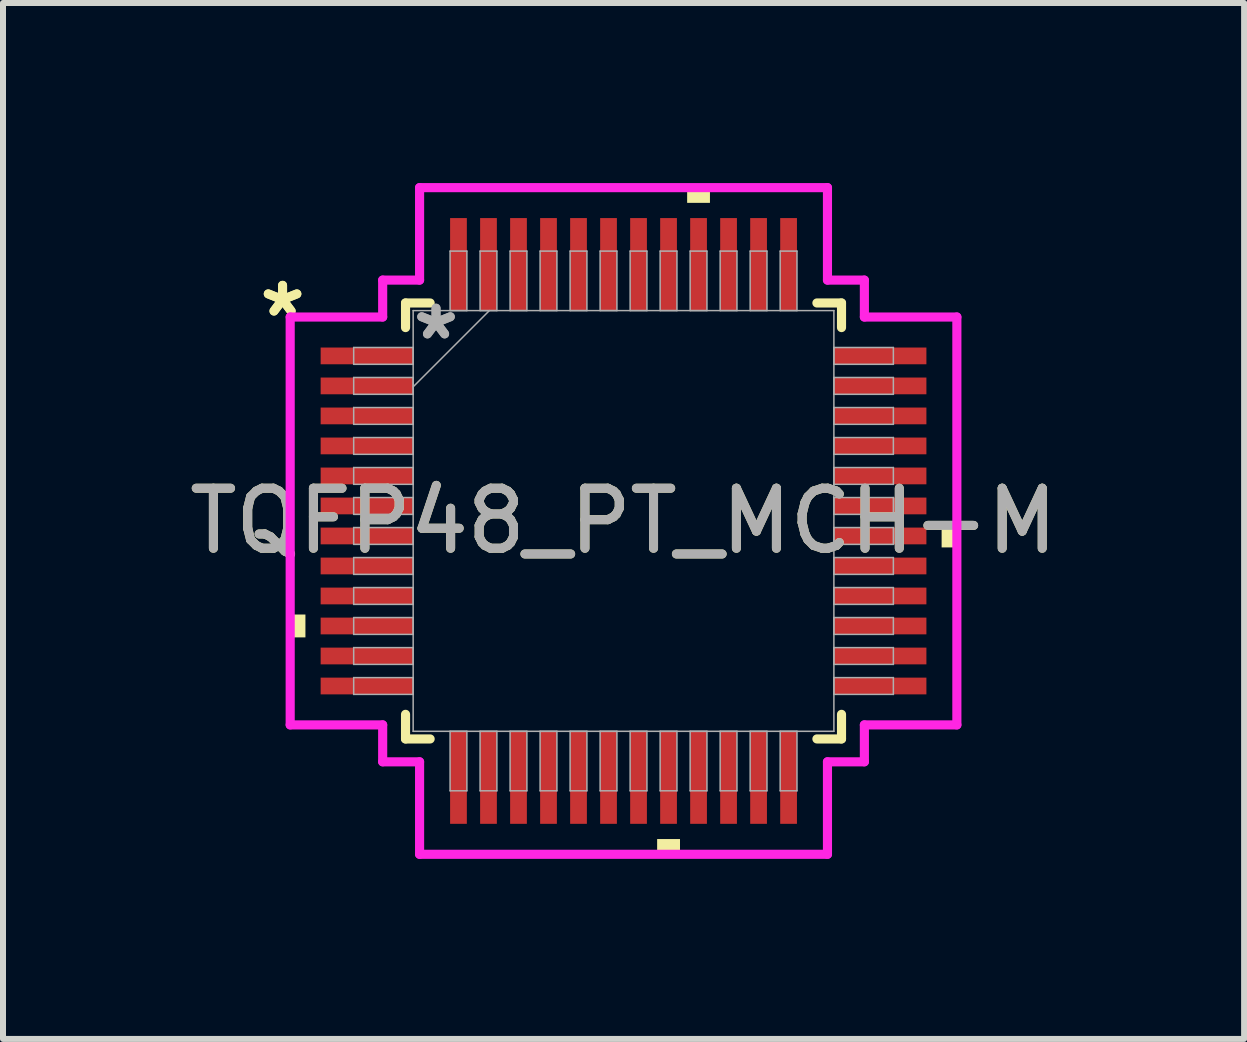
<source format=kicad_pcb>
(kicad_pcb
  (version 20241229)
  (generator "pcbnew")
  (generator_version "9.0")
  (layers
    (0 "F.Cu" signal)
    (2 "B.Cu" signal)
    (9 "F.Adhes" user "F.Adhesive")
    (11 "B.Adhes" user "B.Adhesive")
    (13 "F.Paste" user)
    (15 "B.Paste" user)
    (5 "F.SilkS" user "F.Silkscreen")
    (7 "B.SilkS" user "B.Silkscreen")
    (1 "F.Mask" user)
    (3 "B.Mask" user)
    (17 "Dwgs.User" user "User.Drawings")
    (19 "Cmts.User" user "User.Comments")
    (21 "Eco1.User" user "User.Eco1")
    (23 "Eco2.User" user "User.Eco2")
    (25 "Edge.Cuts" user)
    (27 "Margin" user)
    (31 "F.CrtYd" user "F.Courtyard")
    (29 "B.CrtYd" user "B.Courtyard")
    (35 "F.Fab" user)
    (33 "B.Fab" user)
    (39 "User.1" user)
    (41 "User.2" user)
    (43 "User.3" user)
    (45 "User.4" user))
  (footprint "TQFP48_PT_MCH-M"
    (layer "F.Cu")
    (at 7.339 5.63)
    (property "Reference" "TQFP48_PT_MCH-M" (at 0 0 0) (unlocked yes) (layer "F.SilkS") (effects (font (size 1 1) (thickness 0.15))))
    (attr smd)
    (fp_line (start -3.632 -3.632) (end -3.632 -3.222) (stroke (width 0.152) (type solid)) (layer "F.SilkS"))
    (fp_line (start -3.632 3.222) (end -3.632 3.632) (stroke (width 0.152) (type solid)) (layer "F.SilkS"))
    (fp_line (start -3.632 3.632) (end -3.222 3.632) (stroke (width 0.152) (type solid)) (layer "F.SilkS"))
    (fp_line (start -3.222 -3.632) (end -3.632 -3.632) (stroke (width 0.152) (type solid)) (layer "F.SilkS"))
    (fp_line (start 3.222 3.632) (end 3.632 3.632) (stroke (width 0.152) (type solid)) (layer "F.SilkS"))
    (fp_line (start 3.632 -3.632) (end 3.222 -3.632) (stroke (width 0.152) (type solid)) (layer "F.SilkS"))
    (fp_line (start 3.632 -3.222) (end 3.632 -3.632) (stroke (width 0.152) (type solid)) (layer "F.SilkS"))
    (fp_line (start 3.632 3.632) (end 3.632 3.222) (stroke (width 0.152) (type solid)) (layer "F.SilkS"))
    (fp_poly (pts (xy -5.554 1.559) (xy -5.554 1.94) (xy -5.3 1.94) (xy -5.3 1.559)) (stroke (width 0) (type solid)) (fill yes) (layer "F.SilkS"))
    (fp_poly (pts (xy 0.56 5.3) (xy 0.56 5.554) (xy 0.941 5.554) (xy 0.941 5.3)) (stroke (width 0) (type solid)) (fill yes) (layer "F.SilkS"))
    (fp_poly (pts (xy 1.06 -5.3) (xy 1.06 -5.554) (xy 1.44 -5.554) (xy 1.44 -5.3)) (stroke (width 0) (type solid)) (fill yes) (layer "F.SilkS"))
    (fp_poly (pts (xy 5.554 0.059) (xy 5.554 0.441) (xy 5.3 0.441) (xy 5.3 0.059)) (stroke (width 0) (type solid)) (fill yes) (layer "F.SilkS"))
    (fp_line (start -5.554 -3.398) (end -4.013 -3.398) (stroke (width 0.152) (type solid)) (layer "F.CrtYd"))
    (fp_line (start -5.554 3.398) (end -5.554 -3.398) (stroke (width 0.152) (type solid)) (layer "F.CrtYd"))
    (fp_line (start -4.013 -4.013) (end -3.398 -4.013) (stroke (width 0.152) (type solid)) (layer "F.CrtYd"))
    (fp_line (start -4.013 -3.398) (end -4.013 -4.013) (stroke (width 0.152) (type solid)) (layer "F.CrtYd"))
    (fp_line (start -4.013 3.398) (end -5.554 3.398) (stroke (width 0.152) (type solid)) (layer "F.CrtYd"))
    (fp_line (start -4.013 4.013) (end -4.013 3.398) (stroke (width 0.152) (type solid)) (layer "F.CrtYd"))
    (fp_line (start -4.013 4.013) (end -3.398 4.013) (stroke (width 0.152) (type solid)) (layer "F.CrtYd"))
    (fp_line (start -3.398 -5.554) (end 3.398 -5.554) (stroke (width 0.152) (type solid)) (layer "F.CrtYd"))
    (fp_line (start -3.398 -4.013) (end -3.398 -5.554) (stroke (width 0.152) (type solid)) (layer "F.CrtYd"))
    (fp_line (start -3.398 4.013) (end -3.398 5.554) (stroke (width 0.152) (type solid)) (layer "F.CrtYd"))
    (fp_line (start -3.398 5.554) (end 3.398 5.554) (stroke (width 0.152) (type solid)) (layer "F.CrtYd"))
    (fp_line (start 3.398 -5.554) (end 3.398 -4.013) (stroke (width 0.152) (type solid)) (layer "F.CrtYd"))
    (fp_line (start 3.398 -4.013) (end 4.013 -4.013) (stroke (width 0.152) (type solid)) (layer "F.CrtYd"))
    (fp_line (start 3.398 4.013) (end 4.013 4.013) (stroke (width 0.152) (type solid)) (layer "F.CrtYd"))
    (fp_line (start 3.398 5.554) (end 3.398 4.013) (stroke (width 0.152) (type solid)) (layer "F.CrtYd"))
    (fp_line (start 4.013 -3.398) (end 4.013 -4.013) (stroke (width 0.152) (type solid)) (layer "F.CrtYd"))
    (fp_line (start 4.013 3.398) (end 5.554 3.398) (stroke (width 0.152) (type solid)) (layer "F.CrtYd"))
    (fp_line (start 4.013 4.013) (end 4.013 3.398) (stroke (width 0.152) (type solid)) (layer "F.CrtYd"))
    (fp_line (start 5.554 -3.398) (end 4.013 -3.398) (stroke (width 0.152) (type solid)) (layer "F.CrtYd"))
    (fp_line (start 5.554 3.398) (end 5.554 -3.398) (stroke (width 0.152) (type solid)) (layer "F.CrtYd"))
    (fp_line (start -4.496 -2.89) (end -4.496 -2.61) (stroke (width 0.025) (type solid)) (layer "F.Fab"))
    (fp_line (start -4.496 -2.61) (end -3.505 -2.61) (stroke (width 0.025) (type solid)) (layer "F.Fab"))
    (fp_line (start -4.496 -2.39) (end -4.496 -2.11) (stroke (width 0.025) (type solid)) (layer "F.Fab"))
    (fp_line (start -4.496 -2.11) (end -3.505 -2.11) (stroke (width 0.025) (type solid)) (layer "F.Fab"))
    (fp_line (start -4.496 -1.89) (end -4.496 -1.61) (stroke (width 0.025) (type solid)) (layer "F.Fab"))
    (fp_line (start -4.496 -1.61) (end -3.505 -1.61) (stroke (width 0.025) (type solid)) (layer "F.Fab"))
    (fp_line (start -4.496 -1.39) (end -4.496 -1.11) (stroke (width 0.025) (type solid)) (layer "F.Fab"))
    (fp_line (start -4.496 -1.11) (end -3.505 -1.11) (stroke (width 0.025) (type solid)) (layer "F.Fab"))
    (fp_line (start -4.496 -0.89) (end -4.496 -0.61) (stroke (width 0.025) (type solid)) (layer "F.Fab"))
    (fp_line (start -4.496 -0.61) (end -3.505 -0.61) (stroke (width 0.025) (type solid)) (layer "F.Fab"))
    (fp_line (start -4.496 -0.39) (end -4.496 -0.11) (stroke (width 0.025) (type solid)) (layer "F.Fab"))
    (fp_line (start -4.496 -0.11) (end -3.505 -0.11) (stroke (width 0.025) (type solid)) (layer "F.Fab"))
    (fp_line (start -4.496 0.11) (end -4.496 0.39) (stroke (width 0.025) (type solid)) (layer "F.Fab"))
    (fp_line (start -4.496 0.39) (end -3.505 0.39) (stroke (width 0.025) (type solid)) (layer "F.Fab"))
    (fp_line (start -4.496 0.61) (end -4.496 0.89) (stroke (width 0.025) (type solid)) (layer "F.Fab"))
    (fp_line (start -4.496 0.89) (end -3.505 0.89) (stroke (width 0.025) (type solid)) (layer "F.Fab"))
    (fp_line (start -4.496 1.11) (end -4.496 1.39) (stroke (width 0.025) (type solid)) (layer "F.Fab"))
    (fp_line (start -4.496 1.39) (end -3.505 1.39) (stroke (width 0.025) (type solid)) (layer "F.Fab"))
    (fp_line (start -4.496 1.61) (end -4.496 1.89) (stroke (width 0.025) (type solid)) (layer "F.Fab"))
    (fp_line (start -4.496 1.89) (end -3.505 1.89) (stroke (width 0.025) (type solid)) (layer "F.Fab"))
    (fp_line (start -4.496 2.11) (end -4.496 2.39) (stroke (width 0.025) (type solid)) (layer "F.Fab"))
    (fp_line (start -4.496 2.39) (end -3.505 2.39) (stroke (width 0.025) (type solid)) (layer "F.Fab"))
    (fp_line (start -4.496 2.61) (end -4.496 2.89) (stroke (width 0.025) (type solid)) (layer "F.Fab"))
    (fp_line (start -4.496 2.89) (end -3.505 2.89) (stroke (width 0.025) (type solid)) (layer "F.Fab"))
    (fp_line (start -3.505 -3.505) (end -3.505 3.505) (stroke (width 0.025) (type solid)) (layer "F.Fab"))
    (fp_line (start -3.505 -2.89) (end -4.496 -2.89) (stroke (width 0.025) (type solid)) (layer "F.Fab"))
    (fp_line (start -3.505 -2.61) (end -3.505 -2.89) (stroke (width 0.025) (type solid)) (layer "F.Fab"))
    (fp_line (start -3.505 -2.39) (end -4.496 -2.39) (stroke (width 0.025) (type solid)) (layer "F.Fab"))
    (fp_line (start -3.505 -2.235) (end -2.235 -3.505) (stroke (width 0.025) (type solid)) (layer "F.Fab"))
    (fp_line (start -3.505 -2.11) (end -3.505 -2.39) (stroke (width 0.025) (type solid)) (layer "F.Fab"))
    (fp_line (start -3.505 -1.89) (end -4.496 -1.89) (stroke (width 0.025) (type solid)) (layer "F.Fab"))
    (fp_line (start -3.505 -1.61) (end -3.505 -1.89) (stroke (width 0.025) (type solid)) (layer "F.Fab"))
    (fp_line (start -3.505 -1.39) (end -4.496 -1.39) (stroke (width 0.025) (type solid)) (layer "F.Fab"))
    (fp_line (start -3.505 -1.11) (end -3.505 -1.39) (stroke (width 0.025) (type solid)) (layer "F.Fab"))
    (fp_line (start -3.505 -0.89) (end -4.496 -0.89) (stroke (width 0.025) (type solid)) (layer "F.Fab"))
    (fp_line (start -3.505 -0.61) (end -3.505 -0.89) (stroke (width 0.025) (type solid)) (layer "F.Fab"))
    (fp_line (start -3.505 -0.39) (end -4.496 -0.39) (stroke (width 0.025) (type solid)) (layer "F.Fab"))
    (fp_line (start -3.505 -0.11) (end -3.505 -0.39) (stroke (width 0.025) (type solid)) (layer "F.Fab"))
    (fp_line (start -3.505 0.11) (end -4.496 0.11) (stroke (width 0.025) (type solid)) (layer "F.Fab"))
    (fp_line (start -3.505 0.39) (end -3.505 0.11) (stroke (width 0.025) (type solid)) (layer "F.Fab"))
    (fp_line (start -3.505 0.61) (end -4.496 0.61) (stroke (width 0.025) (type solid)) (layer "F.Fab"))
    (fp_line (start -3.505 0.89) (end -3.505 0.61) (stroke (width 0.025) (type solid)) (layer "F.Fab"))
    (fp_line (start -3.505 1.11) (end -4.496 1.11) (stroke (width 0.025) (type solid)) (layer "F.Fab"))
    (fp_line (start -3.505 1.39) (end -3.505 1.11) (stroke (width 0.025) (type solid)) (layer "F.Fab"))
    (fp_line (start -3.505 1.61) (end -4.496 1.61) (stroke (width 0.025) (type solid)) (layer "F.Fab"))
    (fp_line (start -3.505 1.89) (end -3.505 1.61) (stroke (width 0.025) (type solid)) (layer "F.Fab"))
    (fp_line (start -3.505 2.11) (end -4.496 2.11) (stroke (width 0.025) (type solid)) (layer "F.Fab"))
    (fp_line (start -3.505 2.39) (end -3.505 2.11) (stroke (width 0.025) (type solid)) (layer "F.Fab"))
    (fp_line (start -3.505 2.61) (end -4.496 2.61) (stroke (width 0.025) (type solid)) (layer "F.Fab"))
    (fp_line (start -3.505 2.89) (end -3.505 2.61) (stroke (width 0.025) (type solid)) (layer "F.Fab"))
    (fp_line (start -3.505 3.505) (end 3.505 3.505) (stroke (width 0.025) (type solid)) (layer "F.Fab"))
    (fp_line (start -2.89 -4.496) (end -2.89 -3.505) (stroke (width 0.025) (type solid)) (layer "F.Fab"))
    (fp_line (start -2.89 -3.505) (end -2.61 -3.505) (stroke (width 0.025) (type solid)) (layer "F.Fab"))
    (fp_line (start -2.89 3.505) (end -2.89 4.496) (stroke (width 0.025) (type solid)) (layer "F.Fab"))
    (fp_line (start -2.89 4.496) (end -2.61 4.496) (stroke (width 0.025) (type solid)) (layer "F.Fab"))
    (fp_line (start -2.61 -4.496) (end -2.89 -4.496) (stroke (width 0.025) (type solid)) (layer "F.Fab"))
    (fp_line (start -2.61 -3.505) (end -2.61 -4.496) (stroke (width 0.025) (type solid)) (layer "F.Fab"))
    (fp_line (start -2.61 3.505) (end -2.89 3.505) (stroke (width 0.025) (type solid)) (layer "F.Fab"))
    (fp_line (start -2.61 4.496) (end -2.61 3.505) (stroke (width 0.025) (type solid)) (layer "F.Fab"))
    (fp_line (start -2.39 -4.496) (end -2.39 -3.505) (stroke (width 0.025) (type solid)) (layer "F.Fab"))
    (fp_line (start -2.39 -3.505) (end -2.11 -3.505) (stroke (width 0.025) (type solid)) (layer "F.Fab"))
    (fp_line (start -2.39 3.505) (end -2.39 4.496) (stroke (width 0.025) (type solid)) (layer "F.Fab"))
    (fp_line (start -2.39 4.496) (end -2.11 4.496) (stroke (width 0.025) (type solid)) (layer "F.Fab"))
    (fp_line (start -2.11 -4.496) (end -2.39 -4.496) (stroke (width 0.025) (type solid)) (layer "F.Fab"))
    (fp_line (start -2.11 -3.505) (end -2.11 -4.496) (stroke (width 0.025) (type solid)) (layer "F.Fab"))
    (fp_line (start -2.11 3.505) (end -2.39 3.505) (stroke (width 0.025) (type solid)) (layer "F.Fab"))
    (fp_line (start -2.11 4.496) (end -2.11 3.505) (stroke (width 0.025) (type solid)) (layer "F.Fab"))
    (fp_line (start -1.89 -4.496) (end -1.89 -3.505) (stroke (width 0.025) (type solid)) (layer "F.Fab"))
    (fp_line (start -1.89 -3.505) (end -1.61 -3.505) (stroke (width 0.025) (type solid)) (layer "F.Fab"))
    (fp_line (start -1.89 3.505) (end -1.89 4.496) (stroke (width 0.025) (type solid)) (layer "F.Fab"))
    (fp_line (start -1.89 4.496) (end -1.61 4.496) (stroke (width 0.025) (type solid)) (layer "F.Fab"))
    (fp_line (start -1.61 -4.496) (end -1.89 -4.496) (stroke (width 0.025) (type solid)) (layer "F.Fab"))
    (fp_line (start -1.61 -3.505) (end -1.61 -4.496) (stroke (width 0.025) (type solid)) (layer "F.Fab"))
    (fp_line (start -1.61 3.505) (end -1.89 3.505) (stroke (width 0.025) (type solid)) (layer "F.Fab"))
    (fp_line (start -1.61 4.496) (end -1.61 3.505) (stroke (width 0.025) (type solid)) (layer "F.Fab"))
    (fp_line (start -1.39 -4.496) (end -1.39 -3.505) (stroke (width 0.025) (type solid)) (layer "F.Fab"))
    (fp_line (start -1.39 -3.505) (end -1.11 -3.505) (stroke (width 0.025) (type solid)) (layer "F.Fab"))
    (fp_line (start -1.39 3.505) (end -1.39 4.496) (stroke (width 0.025) (type solid)) (layer "F.Fab"))
    (fp_line (start -1.39 4.496) (end -1.11 4.496) (stroke (width 0.025) (type solid)) (layer "F.Fab"))
    (fp_line (start -1.11 -4.496) (end -1.39 -4.496) (stroke (width 0.025) (type solid)) (layer "F.Fab"))
    (fp_line (start -1.11 -3.505) (end -1.11 -4.496) (stroke (width 0.025) (type solid)) (layer "F.Fab"))
    (fp_line (start -1.11 3.505) (end -1.39 3.505) (stroke (width 0.025) (type solid)) (layer "F.Fab"))
    (fp_line (start -1.11 4.496) (end -1.11 3.505) (stroke (width 0.025) (type solid)) (layer "F.Fab"))
    (fp_line (start -0.89 -4.496) (end -0.89 -3.505) (stroke (width 0.025) (type solid)) (layer "F.Fab"))
    (fp_line (start -0.89 -3.505) (end -0.61 -3.505) (stroke (width 0.025) (type solid)) (layer "F.Fab"))
    (fp_line (start -0.89 3.505) (end -0.89 4.496) (stroke (width 0.025) (type solid)) (layer "F.Fab"))
    (fp_line (start -0.89 4.496) (end -0.61 4.496) (stroke (width 0.025) (type solid)) (layer "F.Fab"))
    (fp_line (start -0.61 -4.496) (end -0.89 -4.496) (stroke (width 0.025) (type solid)) (layer "F.Fab"))
    (fp_line (start -0.61 -3.505) (end -0.61 -4.496) (stroke (width 0.025) (type solid)) (layer "F.Fab"))
    (fp_line (start -0.61 3.505) (end -0.89 3.505) (stroke (width 0.025) (type solid)) (layer "F.Fab"))
    (fp_line (start -0.61 4.496) (end -0.61 3.505) (stroke (width 0.025) (type solid)) (layer "F.Fab"))
    (fp_line (start -0.39 -4.496) (end -0.39 -3.505) (stroke (width 0.025) (type solid)) (layer "F.Fab"))
    (fp_line (start -0.39 -3.505) (end -0.11 -3.505) (stroke (width 0.025) (type solid)) (layer "F.Fab"))
    (fp_line (start -0.39 3.505) (end -0.39 4.496) (stroke (width 0.025) (type solid)) (layer "F.Fab"))
    (fp_line (start -0.39 4.496) (end -0.11 4.496) (stroke (width 0.025) (type solid)) (layer "F.Fab"))
    (fp_line (start -0.11 -4.496) (end -0.39 -4.496) (stroke (width 0.025) (type solid)) (layer "F.Fab"))
    (fp_line (start -0.11 -3.505) (end -0.11 -4.496) (stroke (width 0.025) (type solid)) (layer "F.Fab"))
    (fp_line (start -0.11 3.505) (end -0.39 3.505) (stroke (width 0.025) (type solid)) (layer "F.Fab"))
    (fp_line (start -0.11 4.496) (end -0.11 3.505) (stroke (width 0.025) (type solid)) (layer "F.Fab"))
    (fp_line (start 0.11 -4.496) (end 0.11 -3.505) (stroke (width 0.025) (type solid)) (layer "F.Fab"))
    (fp_line (start 0.11 -3.505) (end 0.39 -3.505) (stroke (width 0.025) (type solid)) (layer "F.Fab"))
    (fp_line (start 0.11 3.505) (end 0.11 4.496) (stroke (width 0.025) (type solid)) (layer "F.Fab"))
    (fp_line (start 0.11 4.496) (end 0.39 4.496) (stroke (width 0.025) (type solid)) (layer "F.Fab"))
    (fp_line (start 0.39 -4.496) (end 0.11 -4.496) (stroke (width 0.025) (type solid)) (layer "F.Fab"))
    (fp_line (start 0.39 -3.505) (end 0.39 -4.496) (stroke (width 0.025) (type solid)) (layer "F.Fab"))
    (fp_line (start 0.39 3.505) (end 0.11 3.505) (stroke (width 0.025) (type solid)) (layer "F.Fab"))
    (fp_line (start 0.39 4.496) (end 0.39 3.505) (stroke (width 0.025) (type solid)) (layer "F.Fab"))
    (fp_line (start 0.61 -4.496) (end 0.61 -3.505) (stroke (width 0.025) (type solid)) (layer "F.Fab"))
    (fp_line (start 0.61 -3.505) (end 0.89 -3.505) (stroke (width 0.025) (type solid)) (layer "F.Fab"))
    (fp_line (start 0.61 3.505) (end 0.61 4.496) (stroke (width 0.025) (type solid)) (layer "F.Fab"))
    (fp_line (start 0.61 4.496) (end 0.89 4.496) (stroke (width 0.025) (type solid)) (layer "F.Fab"))
    (fp_line (start 0.89 -4.496) (end 0.61 -4.496) (stroke (width 0.025) (type solid)) (layer "F.Fab"))
    (fp_line (start 0.89 -3.505) (end 0.89 -4.496) (stroke (width 0.025) (type solid)) (layer "F.Fab"))
    (fp_line (start 0.89 3.505) (end 0.61 3.505) (stroke (width 0.025) (type solid)) (layer "F.Fab"))
    (fp_line (start 0.89 4.496) (end 0.89 3.505) (stroke (width 0.025) (type solid)) (layer "F.Fab"))
    (fp_line (start 1.11 -4.496) (end 1.11 -3.505) (stroke (width 0.025) (type solid)) (layer "F.Fab"))
    (fp_line (start 1.11 -3.505) (end 1.39 -3.505) (stroke (width 0.025) (type solid)) (layer "F.Fab"))
    (fp_line (start 1.11 3.505) (end 1.11 4.496) (stroke (width 0.025) (type solid)) (layer "F.Fab"))
    (fp_line (start 1.11 4.496) (end 1.39 4.496) (stroke (width 0.025) (type solid)) (layer "F.Fab"))
    (fp_line (start 1.39 -4.496) (end 1.11 -4.496) (stroke (width 0.025) (type solid)) (layer "F.Fab"))
    (fp_line (start 1.39 -3.505) (end 1.39 -4.496) (stroke (width 0.025) (type solid)) (layer "F.Fab"))
    (fp_line (start 1.39 3.505) (end 1.11 3.505) (stroke (width 0.025) (type solid)) (layer "F.Fab"))
    (fp_line (start 1.39 4.496) (end 1.39 3.505) (stroke (width 0.025) (type solid)) (layer "F.Fab"))
    (fp_line (start 1.61 -4.496) (end 1.61 -3.505) (stroke (width 0.025) (type solid)) (layer "F.Fab"))
    (fp_line (start 1.61 -3.505) (end 1.89 -3.505) (stroke (width 0.025) (type solid)) (layer "F.Fab"))
    (fp_line (start 1.61 3.505) (end 1.61 4.496) (stroke (width 0.025) (type solid)) (layer "F.Fab"))
    (fp_line (start 1.61 4.496) (end 1.89 4.496) (stroke (width 0.025) (type solid)) (layer "F.Fab"))
    (fp_line (start 1.89 -4.496) (end 1.61 -4.496) (stroke (width 0.025) (type solid)) (layer "F.Fab"))
    (fp_line (start 1.89 -3.505) (end 1.89 -4.496) (stroke (width 0.025) (type solid)) (layer "F.Fab"))
    (fp_line (start 1.89 3.505) (end 1.61 3.505) (stroke (width 0.025) (type solid)) (layer "F.Fab"))
    (fp_line (start 1.89 4.496) (end 1.89 3.505) (stroke (width 0.025) (type solid)) (layer "F.Fab"))
    (fp_line (start 2.11 -4.496) (end 2.11 -3.505) (stroke (width 0.025) (type solid)) (layer "F.Fab"))
    (fp_line (start 2.11 -3.505) (end 2.39 -3.505) (stroke (width 0.025) (type solid)) (layer "F.Fab"))
    (fp_line (start 2.11 3.505) (end 2.11 4.496) (stroke (width 0.025) (type solid)) (layer "F.Fab"))
    (fp_line (start 2.11 4.496) (end 2.39 4.496) (stroke (width 0.025) (type solid)) (layer "F.Fab"))
    (fp_line (start 2.39 -4.496) (end 2.11 -4.496) (stroke (width 0.025) (type solid)) (layer "F.Fab"))
    (fp_line (start 2.39 -3.505) (end 2.39 -4.496) (stroke (width 0.025) (type solid)) (layer "F.Fab"))
    (fp_line (start 2.39 3.505) (end 2.11 3.505) (stroke (width 0.025) (type solid)) (layer "F.Fab"))
    (fp_line (start 2.39 4.496) (end 2.39 3.505) (stroke (width 0.025) (type solid)) (layer "F.Fab"))
    (fp_line (start 2.61 -4.496) (end 2.61 -3.505) (stroke (width 0.025) (type solid)) (layer "F.Fab"))
    (fp_line (start 2.61 -3.505) (end 2.89 -3.505) (stroke (width 0.025) (type solid)) (layer "F.Fab"))
    (fp_line (start 2.61 3.505) (end 2.61 4.496) (stroke (width 0.025) (type solid)) (layer "F.Fab"))
    (fp_line (start 2.61 4.496) (end 2.89 4.496) (stroke (width 0.025) (type solid)) (layer "F.Fab"))
    (fp_line (start 2.89 -4.496) (end 2.61 -4.496) (stroke (width 0.025) (type solid)) (layer "F.Fab"))
    (fp_line (start 2.89 -3.505) (end 2.89 -4.496) (stroke (width 0.025) (type solid)) (layer "F.Fab"))
    (fp_line (start 2.89 3.505) (end 2.61 3.505) (stroke (width 0.025) (type solid)) (layer "F.Fab"))
    (fp_line (start 2.89 4.496) (end 2.89 3.505) (stroke (width 0.025) (type solid)) (layer "F.Fab"))
    (fp_line (start 3.505 -3.505) (end -3.505 -3.505) (stroke (width 0.025) (type solid)) (layer "F.Fab"))
    (fp_line (start 3.505 -2.89) (end 3.505 -2.61) (stroke (width 0.025) (type solid)) (layer "F.Fab"))
    (fp_line (start 3.505 -2.61) (end 4.496 -2.61) (stroke (width 0.025) (type solid)) (layer "F.Fab"))
    (fp_line (start 3.505 -2.39) (end 3.505 -2.11) (stroke (width 0.025) (type solid)) (layer "F.Fab"))
    (fp_line (start 3.505 -2.11) (end 4.496 -2.11) (stroke (width 0.025) (type solid)) (layer "F.Fab"))
    (fp_line (start 3.505 -1.89) (end 3.505 -1.61) (stroke (width 0.025) (type solid)) (layer "F.Fab"))
    (fp_line (start 3.505 -1.61) (end 4.496 -1.61) (stroke (width 0.025) (type solid)) (layer "F.Fab"))
    (fp_line (start 3.505 -1.39) (end 3.505 -1.11) (stroke (width 0.025) (type solid)) (layer "F.Fab"))
    (fp_line (start 3.505 -1.11) (end 4.496 -1.11) (stroke (width 0.025) (type solid)) (layer "F.Fab"))
    (fp_line (start 3.505 -0.89) (end 3.505 -0.61) (stroke (width 0.025) (type solid)) (layer "F.Fab"))
    (fp_line (start 3.505 -0.61) (end 4.496 -0.61) (stroke (width 0.025) (type solid)) (layer "F.Fab"))
    (fp_line (start 3.505 -0.39) (end 3.505 -0.11) (stroke (width 0.025) (type solid)) (layer "F.Fab"))
    (fp_line (start 3.505 -0.11) (end 4.496 -0.11) (stroke (width 0.025) (type solid)) (layer "F.Fab"))
    (fp_line (start 3.505 0.11) (end 3.505 0.39) (stroke (width 0.025) (type solid)) (layer "F.Fab"))
    (fp_line (start 3.505 0.39) (end 4.496 0.39) (stroke (width 0.025) (type solid)) (layer "F.Fab"))
    (fp_line (start 3.505 0.61) (end 3.505 0.89) (stroke (width 0.025) (type solid)) (layer "F.Fab"))
    (fp_line (start 3.505 0.89) (end 4.496 0.89) (stroke (width 0.025) (type solid)) (layer "F.Fab"))
    (fp_line (start 3.505 1.11) (end 3.505 1.39) (stroke (width 0.025) (type solid)) (layer "F.Fab"))
    (fp_line (start 3.505 1.39) (end 4.496 1.39) (stroke (width 0.025) (type solid)) (layer "F.Fab"))
    (fp_line (start 3.505 1.61) (end 3.505 1.89) (stroke (width 0.025) (type solid)) (layer "F.Fab"))
    (fp_line (start 3.505 1.89) (end 4.496 1.89) (stroke (width 0.025) (type solid)) (layer "F.Fab"))
    (fp_line (start 3.505 2.11) (end 3.505 2.39) (stroke (width 0.025) (type solid)) (layer "F.Fab"))
    (fp_line (start 3.505 2.39) (end 4.496 2.39) (stroke (width 0.025) (type solid)) (layer "F.Fab"))
    (fp_line (start 3.505 2.61) (end 3.505 2.89) (stroke (width 0.025) (type solid)) (layer "F.Fab"))
    (fp_line (start 3.505 2.89) (end 4.496 2.89) (stroke (width 0.025) (type solid)) (layer "F.Fab"))
    (fp_line (start 3.505 3.505) (end 3.505 -3.505) (stroke (width 0.025) (type solid)) (layer "F.Fab"))
    (fp_line (start 4.496 -2.89) (end 3.505 -2.89) (stroke (width 0.025) (type solid)) (layer "F.Fab"))
    (fp_line (start 4.496 -2.61) (end 4.496 -2.89) (stroke (width 0.025) (type solid)) (layer "F.Fab"))
    (fp_line (start 4.496 -2.39) (end 3.505 -2.39) (stroke (width 0.025) (type solid)) (layer "F.Fab"))
    (fp_line (start 4.496 -2.11) (end 4.496 -2.39) (stroke (width 0.025) (type solid)) (layer "F.Fab"))
    (fp_line (start 4.496 -1.89) (end 3.505 -1.89) (stroke (width 0.025) (type solid)) (layer "F.Fab"))
    (fp_line (start 4.496 -1.61) (end 4.496 -1.89) (stroke (width 0.025) (type solid)) (layer "F.Fab"))
    (fp_line (start 4.496 -1.39) (end 3.505 -1.39) (stroke (width 0.025) (type solid)) (layer "F.Fab"))
    (fp_line (start 4.496 -1.11) (end 4.496 -1.39) (stroke (width 0.025) (type solid)) (layer "F.Fab"))
    (fp_line (start 4.496 -0.89) (end 3.505 -0.89) (stroke (width 0.025) (type solid)) (layer "F.Fab"))
    (fp_line (start 4.496 -0.61) (end 4.496 -0.89) (stroke (width 0.025) (type solid)) (layer "F.Fab"))
    (fp_line (start 4.496 -0.39) (end 3.505 -0.39) (stroke (width 0.025) (type solid)) (layer "F.Fab"))
    (fp_line (start 4.496 -0.11) (end 4.496 -0.39) (stroke (width 0.025) (type solid)) (layer "F.Fab"))
    (fp_line (start 4.496 0.11) (end 3.505 0.11) (stroke (width 0.025) (type solid)) (layer "F.Fab"))
    (fp_line (start 4.496 0.39) (end 4.496 0.11) (stroke (width 0.025) (type solid)) (layer "F.Fab"))
    (fp_line (start 4.496 0.61) (end 3.505 0.61) (stroke (width 0.025) (type solid)) (layer "F.Fab"))
    (fp_line (start 4.496 0.89) (end 4.496 0.61) (stroke (width 0.025) (type solid)) (layer "F.Fab"))
    (fp_line (start 4.496 1.11) (end 3.505 1.11) (stroke (width 0.025) (type solid)) (layer "F.Fab"))
    (fp_line (start 4.496 1.39) (end 4.496 1.11) (stroke (width 0.025) (type solid)) (layer "F.Fab"))
    (fp_line (start 4.496 1.61) (end 3.505 1.61) (stroke (width 0.025) (type solid)) (layer "F.Fab"))
    (fp_line (start 4.496 1.89) (end 4.496 1.61) (stroke (width 0.025) (type solid)) (layer "F.Fab"))
    (fp_line (start 4.496 2.11) (end 3.505 2.11) (stroke (width 0.025) (type solid)) (layer "F.Fab"))
    (fp_line (start 4.496 2.39) (end 4.496 2.11) (stroke (width 0.025) (type solid)) (layer "F.Fab"))
    (fp_line (start 4.496 2.61) (end 3.505 2.61) (stroke (width 0.025) (type solid)) (layer "F.Fab"))
    (fp_line (start 4.496 2.89) (end 4.496 2.61) (stroke (width 0.025) (type solid)) (layer "F.Fab"))
    (fp_text user "*" (at -5.681 -3.381 0) (layer "F.SilkS") (effects (font (size 1 1) (thickness 0.15))))
    (fp_text user "*" (at -5.681 -3.381 0) (unlocked yes) (layer "F.SilkS") (effects (font (size 1 1) (thickness 0.15))))
    (fp_text user "*" (at -3.124 -3 0) (layer "F.Fab") (effects (font (size 1 1) (thickness 0.15))))
    (fp_text user "${REFERENCE}" (at 0 0 0) (unlocked yes) (layer "F.Fab") (effects (font (size 1 1) (thickness 0.15))))
    (fp_text user "*" (at -3.124 -3 0) (unlocked yes) (layer "F.Fab") (effects (font (size 1 1) (thickness 0.15))))
    (pad "1" smd rect (at -4.276 -2.75 90) (size 0.279 1.541) (layers "F.Cu" "F.Mask" "F.Paste"))
    (pad "2" smd rect (at -4.276 -2.25 90) (size 0.279 1.541) (layers "F.Cu" "F.Mask" "F.Paste"))
    (pad "3" smd rect (at -4.276 -1.75 90) (size 0.279 1.541) (layers "F.Cu" "F.Mask" "F.Paste"))
    (pad "4" smd rect (at -4.276 -1.25 90) (size 0.279 1.541) (layers "F.Cu" "F.Mask" "F.Paste"))
    (pad "5" smd rect (at -4.276 -0.75 90) (size 0.279 1.541) (layers "F.Cu" "F.Mask" "F.Paste"))
    (pad "6" smd rect (at -4.276 -0.25 90) (size 0.279 1.541) (layers "F.Cu" "F.Mask" "F.Paste"))
    (pad "7" smd rect (at -4.276 0.25 90) (size 0.279 1.541) (layers "F.Cu" "F.Mask" "F.Paste"))
    (pad "8" smd rect (at -4.276 0.75 90) (size 0.279 1.541) (layers "F.Cu" "F.Mask" "F.Paste"))
    (pad "9" smd rect (at -4.276 1.25 90) (size 0.279 1.541) (layers "F.Cu" "F.Mask" "F.Paste"))
    (pad "10" smd rect (at -4.276 1.75 90) (size 0.279 1.541) (layers "F.Cu" "F.Mask" "F.Paste"))
    (pad "11" smd rect (at -4.276 2.25 90) (size 0.279 1.541) (layers "F.Cu" "F.Mask" "F.Paste"))
    (pad "12" smd rect (at -4.276 2.75 90) (size 0.279 1.541) (layers "F.Cu" "F.Mask" "F.Paste"))
    (pad "13" smd rect (at -2.75 4.276) (size 0.279 1.541) (layers "F.Cu" "F.Mask" "F.Paste"))
    (pad "14" smd rect (at -2.25 4.276) (size 0.279 1.541) (layers "F.Cu" "F.Mask" "F.Paste"))
    (pad "15" smd rect (at -1.75 4.276) (size 0.279 1.541) (layers "F.Cu" "F.Mask" "F.Paste"))
    (pad "16" smd rect (at -1.25 4.276) (size 0.279 1.541) (layers "F.Cu" "F.Mask" "F.Paste"))
    (pad "17" smd rect (at -0.75 4.276) (size 0.279 1.541) (layers "F.Cu" "F.Mask" "F.Paste"))
    (pad "18" smd rect (at -0.25 4.276) (size 0.279 1.541) (layers "F.Cu" "F.Mask" "F.Paste"))
    (pad "19" smd rect (at 0.25 4.276) (size 0.279 1.541) (layers "F.Cu" "F.Mask" "F.Paste"))
    (pad "20" smd rect (at 0.75 4.276) (size 0.279 1.541) (layers "F.Cu" "F.Mask" "F.Paste"))
    (pad "21" smd rect (at 1.25 4.276) (size 0.279 1.541) (layers "F.Cu" "F.Mask" "F.Paste"))
    (pad "22" smd rect (at 1.75 4.276) (size 0.279 1.541) (layers "F.Cu" "F.Mask" "F.Paste"))
    (pad "23" smd rect (at 2.25 4.276) (size 0.279 1.541) (layers "F.Cu" "F.Mask" "F.Paste"))
    (pad "24" smd rect (at 2.75 4.276) (size 0.279 1.541) (layers "F.Cu" "F.Mask" "F.Paste"))
    (pad "25" smd rect (at 4.276 2.75 90) (size 0.279 1.541) (layers "F.Cu" "F.Mask" "F.Paste"))
    (pad "26" smd rect (at 4.276 2.25 90) (size 0.279 1.541) (layers "F.Cu" "F.Mask" "F.Paste"))
    (pad "27" smd rect (at 4.276 1.75 90) (size 0.279 1.541) (layers "F.Cu" "F.Mask" "F.Paste"))
    (pad "28" smd rect (at 4.276 1.25 90) (size 0.279 1.541) (layers "F.Cu" "F.Mask" "F.Paste"))
    (pad "29" smd rect (at 4.276 0.75 90) (size 0.279 1.541) (layers "F.Cu" "F.Mask" "F.Paste"))
    (pad "30" smd rect (at 4.276 0.25 90) (size 0.279 1.541) (layers "F.Cu" "F.Mask" "F.Paste"))
    (pad "31" smd rect (at 4.276 -0.25 90) (size 0.279 1.541) (layers "F.Cu" "F.Mask" "F.Paste"))
    (pad "32" smd rect (at 4.276 -0.75 90) (size 0.279 1.541) (layers "F.Cu" "F.Mask" "F.Paste"))
    (pad "33" smd rect (at 4.276 -1.25 90) (size 0.279 1.541) (layers "F.Cu" "F.Mask" "F.Paste"))
    (pad "34" smd rect (at 4.276 -1.75 90) (size 0.279 1.541) (layers "F.Cu" "F.Mask" "F.Paste"))
    (pad "35" smd rect (at 4.276 -2.25 90) (size 0.279 1.541) (layers "F.Cu" "F.Mask" "F.Paste"))
    (pad "36" smd rect (at 4.276 -2.75 90) (size 0.279 1.541) (layers "F.Cu" "F.Mask" "F.Paste"))
    (pad "37" smd rect (at 2.75 -4.276) (size 0.279 1.541) (layers "F.Cu" "F.Mask" "F.Paste"))
    (pad "38" smd rect (at 2.25 -4.276) (size 0.279 1.541) (layers "F.Cu" "F.Mask" "F.Paste"))
    (pad "39" smd rect (at 1.75 -4.276) (size 0.279 1.541) (layers "F.Cu" "F.Mask" "F.Paste"))
    (pad "40" smd rect (at 1.25 -4.276) (size 0.279 1.541) (layers "F.Cu" "F.Mask" "F.Paste"))
    (pad "41" smd rect (at 0.75 -4.276) (size 0.279 1.541) (layers "F.Cu" "F.Mask" "F.Paste"))
    (pad "42" smd rect (at 0.25 -4.276) (size 0.279 1.541) (layers "F.Cu" "F.Mask" "F.Paste"))
    (pad "43" smd rect (at -0.25 -4.276) (size 0.279 1.541) (layers "F.Cu" "F.Mask" "F.Paste"))
    (pad "44" smd rect (at -0.75 -4.276) (size 0.279 1.541) (layers "F.Cu" "F.Mask" "F.Paste"))
    (pad "45" smd rect (at -1.25 -4.276) (size 0.279 1.541) (layers "F.Cu" "F.Mask" "F.Paste"))
    (pad "46" smd rect (at -1.75 -4.276) (size 0.279 1.541) (layers "F.Cu" "F.Mask" "F.Paste"))
    (pad "47" smd rect (at -2.25 -4.276) (size 0.279 1.541) (layers "F.Cu" "F.Mask" "F.Paste"))
    (pad "48" smd rect (at -2.75 -4.276) (size 0.279 1.541) (layers "F.Cu" "F.Mask" "F.Paste")))
  (gr_rect
    (start -3 -3)
    (end 17.679 14.26)
    (stroke (width 0.1) (type default))
    (fill no)
    (layer "Edge.Cuts")))
</source>
